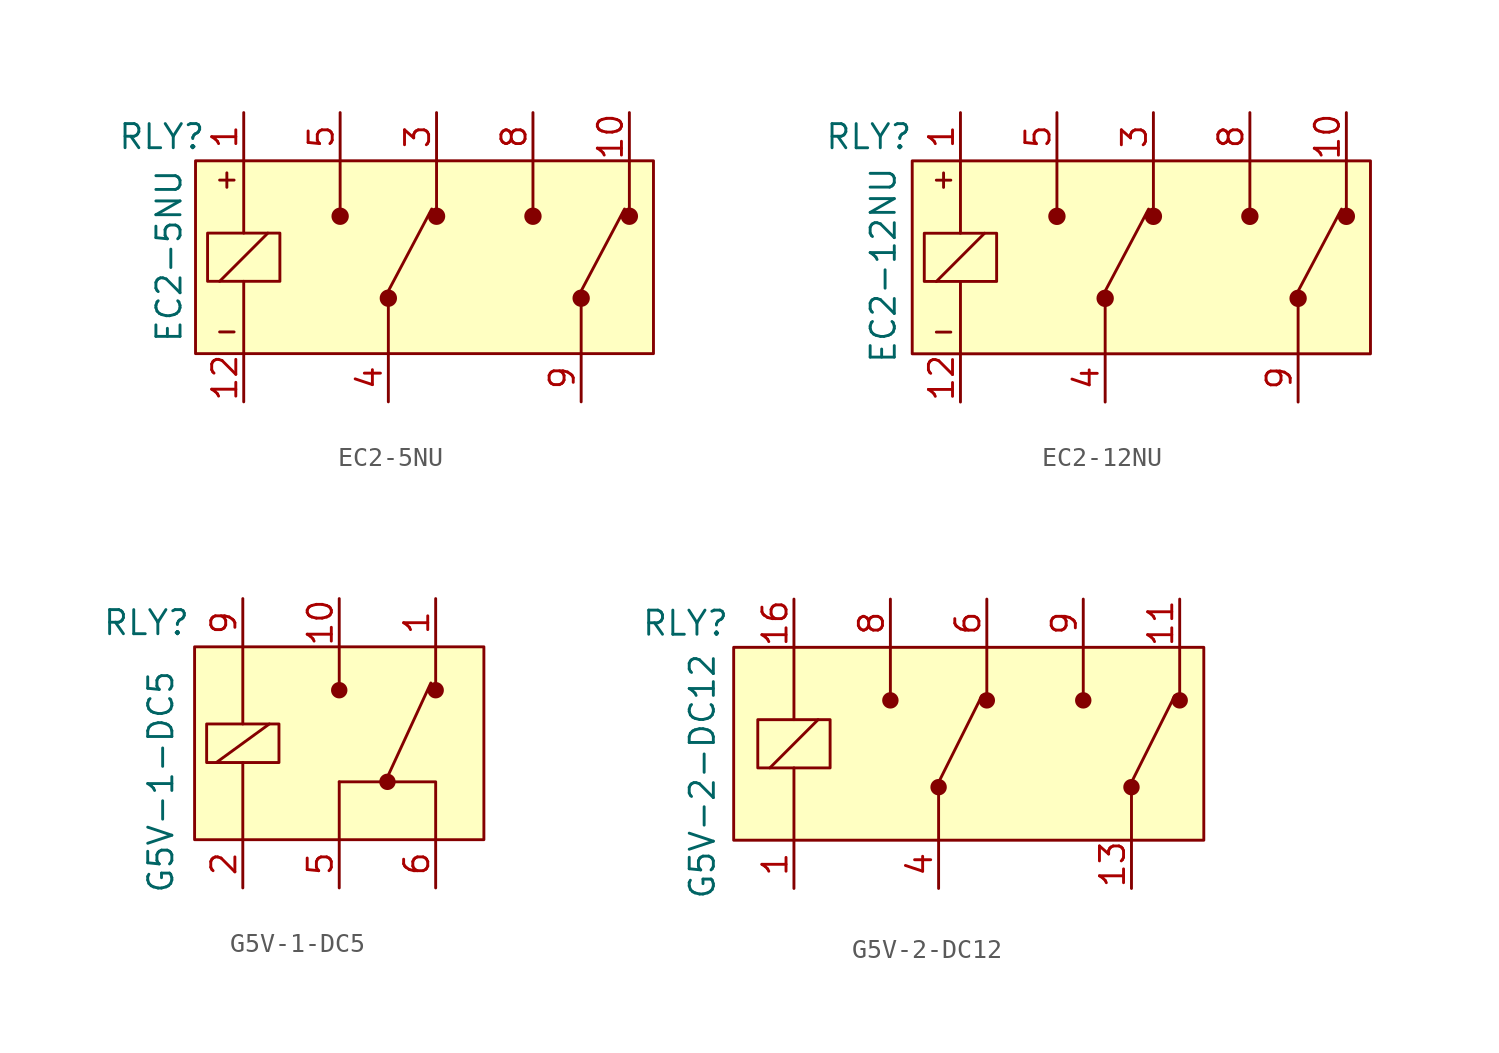
<source format=kicad_sym>
(kicad_symbol_lib
  (version 20211014)
  (generator kicad_symbol_editor)
  (symbol "EC2-5NU"
    (pin_names
      (offset 1.016) hide)
    (property "Reference" "RLY"
      (at -14.478 6.35 0)
      (effects (font (size 1.27 1.27))))
    (property "Value" "EC2-5NU"
      (at -14.097 4.699 90)
      (effects (font (size 1.27 1.27)) (justify right)))
    (symbol "EC2-5NU_0_1"
      (rectangle (start -12.065 1.27) (end -8.255 -1.27) (stroke (width 0) (type default) (color 0 0 0 0)) (fill (type none)))
      (circle (center -5.08 2.159) (radius 0.381) (stroke (width 0) (type default) (color 0 0 0 0)) (fill (type outline)))
      (circle (center -2.54 -2.159) (radius 0.381) (stroke (width 0) (type default) (color 0 0 0 0)) (fill (type outline)))
      (polyline (pts (xy -11.43 -3.937) (xy -10.668 -3.937)) (stroke (width 0) (type default) (color 0 0 0 0)) (fill (type none)))
      (polyline (pts (xy -11.43 -1.27) (xy -8.89 1.27)) (stroke (width 0) (type default) (color 0 0 0 0)) (fill (type none)))
      (polyline (pts (xy -11.43 4.064) (xy -10.668 4.064)) (stroke (width 0) (type default) (color 0 0 0 0)) (fill (type none)))
      (polyline (pts (xy -11.049 4.445) (xy -11.049 3.683)) (stroke (width 0) (type default) (color 0 0 0 0)) (fill (type none)))
      (polyline (pts (xy -10.16 -5.08) (xy -10.16 -1.27)) (stroke (width 0) (type default) (color 0 0 0 0)) (fill (type none)))
      (polyline (pts (xy -10.16 5.08) (xy -10.16 1.27)) (stroke (width 0) (type default) (color 0 0 0 0)) (fill (type none)))
      (polyline (pts (xy -5.08 5.08) (xy -5.08 2.54)) (stroke (width 0) (type default) (color 0 0 0 0)) (fill (type none)))
      (polyline (pts (xy -2.54 -5.08) (xy -2.54 -2.54)) (stroke (width 0) (type default) (color 0 0 0 0)) (fill (type none)))
      (polyline (pts (xy -2.54 -1.778) (xy -0.254 2.54)) (stroke (width 0) (type default) (color 0 0 0 0)) (fill (type none)))
      (polyline (pts (xy 0 5.08) (xy 0 2.54)) (stroke (width 0) (type default) (color 0 0 0 0)) (fill (type none)))
      (polyline (pts (xy 5.08 5.08) (xy 5.08 2.54)) (stroke (width 0) (type default) (color 0 0 0 0)) (fill (type none)))
      (polyline (pts (xy 7.62 -5.08) (xy 7.62 -2.54)) (stroke (width 0) (type default) (color 0 0 0 0)) (fill (type none)))
      (polyline (pts (xy 7.62 -1.778) (xy 9.906 2.54)) (stroke (width 0) (type default) (color 0 0 0 0)) (fill (type none)))
      (polyline (pts (xy 10.16 5.08) (xy 10.16 2.54)) (stroke (width 0) (type default) (color 0 0 0 0)) (fill (type none)))
      (circle (center 0 2.159) (radius 0.381) (stroke (width 0) (type default) (color 0 0 0 0)) (fill (type outline)))
      (circle (center 5.08 2.159) (radius 0.381) (stroke (width 0) (type default) (color 0 0 0 0)) (fill (type outline)))
      (circle (center 7.62 -2.159) (radius 0.381) (stroke (width 0) (type default) (color 0 0 0 0)) (fill (type outline)))
      (circle (center 10.16 2.159) (radius 0.381) (stroke (width 0) (type default) (color 0 0 0 0)) (fill (type outline))))
    (symbol "EC2-5NU_1_1"
      (rectangle (start -12.7 5.08) (end 11.43 -5.08) (stroke (width 0) (type default) (color 0 0 0 0)) (fill (type background)))
      (pin passive line (at -10.16 7.62 270) (length 2.54) (name "COIL" (effects (font (size 1.27 1.27)))) (number "1" (effects (font (size 1.27 1.27)))))
      (pin passive line (at 10.16 7.62 270) (length 2.54) (name "NC2" (effects (font (size 1.27 1.27)))) (number "10" (effects (font (size 1.27 1.27)))))
      (pin passive line (at -10.16 -7.62 90) (length 2.54) (name "COIL" (effects (font (size 1.27 1.27)))) (number "12" (effects (font (size 1.27 1.27)))))
      (pin passive line (at 0 7.62 270) (length 2.54) (name "NC1" (effects (font (size 1.27 1.27)))) (number "3" (effects (font (size 1.27 1.27)))))
      (pin passive line (at -2.54 -7.62 90) (length 2.54) (name "COM1" (effects (font (size 1.27 1.27)))) (number "4" (effects (font (size 1.27 1.27)))))
      (pin passive line (at -5.08 7.62 270) (length 2.54) (name "NO1" (effects (font (size 1.27 1.27)))) (number "5" (effects (font (size 1.27 1.27)))))
      (pin passive line (at 5.08 7.62 270) (length 2.54) (name "NO2" (effects (font (size 1.27 1.27)))) (number "8" (effects (font (size 1.27 1.27)))))
      (pin passive line (at 7.62 -7.62 90) (length 2.54) (name "COM2" (effects (font (size 1.27 1.27)))) (number "9" (effects (font (size 1.27 1.27)))))))
  (symbol "EC2-12NU"
    (pin_names
      (offset 1.016) hide)
    (property "Reference" "RLY"
      (at -14.986 6.35 0)
      (effects (font (size 1.27 1.27))))
    (property "Value" "EC2-12NU"
      (at -14.224 4.826 90)
      (effects (font (size 1.27 1.27)) (justify right)))
    (symbol "EC2-12NU_0_1"
      (rectangle (start -12.065 1.27) (end -8.255 -1.27) (stroke (width 0) (type default) (color 0 0 0 0)) (fill (type none)))
      (circle (center -5.08 2.159) (radius 0.381) (stroke (width 0) (type default) (color 0 0 0 0)) (fill (type outline)))
      (circle (center -2.54 -2.159) (radius 0.381) (stroke (width 0) (type default) (color 0 0 0 0)) (fill (type outline)))
      (polyline (pts (xy -11.43 -3.937) (xy -10.668 -3.937)) (stroke (width 0) (type default) (color 0 0 0 0)) (fill (type none)))
      (polyline (pts (xy -11.43 -1.27) (xy -8.89 1.27)) (stroke (width 0) (type default) (color 0 0 0 0)) (fill (type none)))
      (polyline (pts (xy -11.43 4.064) (xy -10.668 4.064)) (stroke (width 0) (type default) (color 0 0 0 0)) (fill (type none)))
      (polyline (pts (xy -11.049 4.445) (xy -11.049 3.683)) (stroke (width 0) (type default) (color 0 0 0 0)) (fill (type none)))
      (polyline (pts (xy -10.16 -5.08) (xy -10.16 -1.27)) (stroke (width 0) (type default) (color 0 0 0 0)) (fill (type none)))
      (polyline (pts (xy -10.16 5.08) (xy -10.16 1.27)) (stroke (width 0) (type default) (color 0 0 0 0)) (fill (type none)))
      (polyline (pts (xy -5.08 5.08) (xy -5.08 2.54)) (stroke (width 0) (type default) (color 0 0 0 0)) (fill (type none)))
      (polyline (pts (xy -2.54 -5.08) (xy -2.54 -2.54)) (stroke (width 0) (type default) (color 0 0 0 0)) (fill (type none)))
      (polyline (pts (xy -2.54 -1.778) (xy -0.254 2.54)) (stroke (width 0) (type default) (color 0 0 0 0)) (fill (type none)))
      (polyline (pts (xy 0 5.08) (xy 0 2.54)) (stroke (width 0) (type default) (color 0 0 0 0)) (fill (type none)))
      (polyline (pts (xy 5.08 5.08) (xy 5.08 2.54)) (stroke (width 0) (type default) (color 0 0 0 0)) (fill (type none)))
      (polyline (pts (xy 7.62 -5.08) (xy 7.62 -2.54)) (stroke (width 0) (type default) (color 0 0 0 0)) (fill (type none)))
      (polyline (pts (xy 7.62 -1.778) (xy 9.906 2.54)) (stroke (width 0) (type default) (color 0 0 0 0)) (fill (type none)))
      (polyline (pts (xy 10.16 5.08) (xy 10.16 2.54)) (stroke (width 0) (type default) (color 0 0 0 0)) (fill (type none)))
      (circle (center 0 2.159) (radius 0.381) (stroke (width 0) (type default) (color 0 0 0 0)) (fill (type outline)))
      (circle (center 5.08 2.159) (radius 0.381) (stroke (width 0) (type default) (color 0 0 0 0)) (fill (type outline)))
      (circle (center 7.62 -2.159) (radius 0.381) (stroke (width 0) (type default) (color 0 0 0 0)) (fill (type outline)))
      (circle (center 10.16 2.159) (radius 0.381) (stroke (width 0) (type default) (color 0 0 0 0)) (fill (type outline))))
    (symbol "EC2-12NU_1_1"
      (rectangle (start -12.7 5.08) (end 11.43 -5.08) (stroke (width 0) (type default) (color 0 0 0 0)) (fill (type background)))
      (pin passive line (at -10.16 7.62 270) (length 2.54) (name "COIL" (effects (font (size 1.27 1.27)))) (number "1" (effects (font (size 1.27 1.27)))))
      (pin passive line (at 10.16 7.62 270) (length 2.54) (name "NC2" (effects (font (size 1.27 1.27)))) (number "10" (effects (font (size 1.27 1.27)))))
      (pin passive line (at -10.16 -7.62 90) (length 2.54) (name "COIL" (effects (font (size 1.27 1.27)))) (number "12" (effects (font (size 1.27 1.27)))))
      (pin passive line (at 0 7.62 270) (length 2.54) (name "NC1" (effects (font (size 1.27 1.27)))) (number "3" (effects (font (size 1.27 1.27)))))
      (pin passive line (at -2.54 -7.62 90) (length 2.54) (name "COM1" (effects (font (size 1.27 1.27)))) (number "4" (effects (font (size 1.27 1.27)))))
      (pin passive line (at -5.08 7.62 270) (length 2.54) (name "NO1" (effects (font (size 1.27 1.27)))) (number "5" (effects (font (size 1.27 1.27)))))
      (pin passive line (at 5.08 7.62 270) (length 2.54) (name "NO2" (effects (font (size 1.27 1.27)))) (number "8" (effects (font (size 1.27 1.27)))))
      (pin passive line (at 7.62 -7.62 90) (length 2.54) (name "COM2" (effects (font (size 1.27 1.27)))) (number "9" (effects (font (size 1.27 1.27)))))))
  (symbol "G5V-1-DC5"
    (pin_names
      (offset 1.016) hide)
    (property "Reference" "RLY"
      (at -10.16 6.35 0)
      (effects (font (size 1.27 1.27))))
    (property "Value" "G5V-1-DC5"
      (at -9.398 -2.032 90)
      (effects (font (size 1.27 1.27))))
    (symbol "G5V-1-DC5_0_1"
      (rectangle (start -7.62 5.08) (end 7.62 -5.08) (stroke (width 0) (type default) (color 0 0 0 0)) (fill (type background)))
      (rectangle (start -6.985 1.016) (end -3.175 -1.016) (stroke (width 0) (type default) (color 0 0 0 0)) (fill (type none)))
      (polyline (pts (xy -6.477 -1.016) (xy -3.683 1.016)) (stroke (width 0) (type default) (color 0 0 0 0)) (fill (type none)))
      (polyline (pts (xy -5.08 -1.016) (xy -5.08 -5.08)) (stroke (width 0) (type default) (color 0 0 0 0)) (fill (type none)))
      (polyline (pts (xy -5.08 1.016) (xy -5.08 5.08)) (stroke (width 0) (type default) (color 0 0 0 0)) (fill (type none)))
      (polyline (pts (xy 0 -5.08) (xy 0 -2.032)) (stroke (width 0) (type default) (color 0 0 0 0)) (fill (type none)))
      (polyline (pts (xy 0 5.08) (xy 0 3.048)) (stroke (width 0) (type default) (color 0 0 0 0)) (fill (type none)))
      (polyline (pts (xy 2.54 -1.778) (xy 4.826 3.175)) (stroke (width 0) (type default) (color 0 0 0 0)) (fill (type none)))
      (polyline (pts (xy 5.08 5.08) (xy 5.08 3.048)) (stroke (width 0) (type default) (color 0 0 0 0)) (fill (type none)))
      (polyline (pts (xy 5.08 -5.08) (xy 5.08 -2.032) (xy 0 -2.032)) (stroke (width 0) (type default) (color 0 0 0 0)) (fill (type none)))
      (circle (center 0 2.794) (radius 0.356) (stroke (width 0) (type default) (color 0 0 0 0)) (fill (type outline)))
      (circle (center 2.54 -2.032) (radius 0.356) (stroke (width 0) (type default) (color 0 0 0 0)) (fill (type outline)))
      (circle (center 5.08 2.794) (radius 0.356) (stroke (width 0) (type default) (color 0 0 0 0)) (fill (type outline))))
    (symbol "G5V-1-DC5_1_1"
      (pin passive line (at 5.08 7.62 270) (length 2.54) (name "NC" (effects (font (size 1.27 1.27)))) (number "1" (effects (font (size 1.27 1.27)))))
      (pin passive line (at 0 7.62 270) (length 2.54) (name "NO" (effects (font (size 1.27 1.27)))) (number "10" (effects (font (size 1.27 1.27)))))
      (pin passive line (at -5.08 -7.62 90) (length 2.54) (name "COIL" (effects (font (size 1.27 1.27)))) (number "2" (effects (font (size 1.27 1.27)))))
      (pin passive line (at 0 -7.62 90) (length 2.54) (name "COM" (effects (font (size 1.27 1.27)))) (number "5" (effects (font (size 1.27 1.27)))))
      (pin passive line (at 5.08 -7.62 90) (length 2.54) (name "COM" (effects (font (size 1.27 1.27)))) (number "6" (effects (font (size 1.27 1.27)))))
      (pin passive line (at -5.08 7.62 270) (length 2.54) (name "COIL" (effects (font (size 1.27 1.27)))) (number "9" (effects (font (size 1.27 1.27)))))))
  (symbol "G5V-2-DC12"
    (pin_names
      (offset 1.016) hide)
    (property "Reference" "RLY"
      (at -15.875 6.35 0)
      (effects (font (size 1.27 1.27))))
    (property "Value" "G5V-2-DC12"
      (at -14.986 4.826 90)
      (effects (font (size 1.27 1.27)) (justify right)))
    (symbol "G5V-2-DC12_0_1"
      (rectangle (start -13.335 5.08) (end 11.43 -5.08) (stroke (width 0) (type default) (color 0 0 0 0)) (fill (type background)))
      (rectangle (start -12.065 1.27) (end -8.255 -1.27) (stroke (width 0) (type default) (color 0 0 0 0)) (fill (type none)))
      (circle (center -5.08 2.286) (radius 0.356) (stroke (width 0) (type default) (color 0 0 0 0)) (fill (type outline)))
      (circle (center -2.54 -2.286) (radius 0.356) (stroke (width 0) (type default) (color 0 0 0 0)) (fill (type outline)))
      (polyline (pts (xy -11.43 -1.27) (xy -8.89 1.27)) (stroke (width 0) (type default) (color 0 0 0 0)) (fill (type none)))
      (polyline (pts (xy -10.16 -1.27) (xy -10.16 -5.08)) (stroke (width 0) (type default) (color 0 0 0 0)) (fill (type none)))
      (polyline (pts (xy -10.16 5.08) (xy -10.16 1.27)) (stroke (width 0) (type default) (color 0 0 0 0)) (fill (type none)))
      (polyline (pts (xy -5.08 5.08) (xy -5.08 2.54)) (stroke (width 0) (type default) (color 0 0 0 0)) (fill (type none)))
      (polyline (pts (xy -2.54 -5.08) (xy -2.54 -2.54)) (stroke (width 0) (type default) (color 0 0 0 0)) (fill (type none)))
      (polyline (pts (xy -2.54 -2.032) (xy -0.254 2.54)) (stroke (width 0) (type default) (color 0 0 0 0)) (fill (type none)))
      (polyline (pts (xy 0 5.08) (xy 0 2.54)) (stroke (width 0) (type default) (color 0 0 0 0)) (fill (type none)))
      (polyline (pts (xy 5.08 5.08) (xy 5.08 2.54)) (stroke (width 0) (type default) (color 0 0 0 0)) (fill (type none)))
      (polyline (pts (xy 7.62 -5.08) (xy 7.62 -2.54)) (stroke (width 0) (type default) (color 0 0 0 0)) (fill (type none)))
      (polyline (pts (xy 7.62 -2.032) (xy 9.906 2.54)) (stroke (width 0) (type default) (color 0 0 0 0)) (fill (type none)))
      (polyline (pts (xy 10.16 5.08) (xy 10.16 2.54)) (stroke (width 0) (type default) (color 0 0 0 0)) (fill (type none)))
      (circle (center 0 2.286) (radius 0.356) (stroke (width 0) (type default) (color 0 0 0 0)) (fill (type outline)))
      (circle (center 5.08 2.286) (radius 0.356) (stroke (width 0) (type default) (color 0 0 0 0)) (fill (type outline)))
      (circle (center 7.62 -2.286) (radius 0.356) (stroke (width 0) (type default) (color 0 0 0 0)) (fill (type outline)))
      (circle (center 10.16 2.286) (radius 0.356) (stroke (width 0) (type default) (color 0 0 0 0)) (fill (type outline))))
    (symbol "G5V-2-DC12_1_1"
      (pin passive line (at -10.16 -7.62 90) (length 2.54) (name "COIL" (effects (font (size 1.27 1.27)))) (number "1" (effects (font (size 1.27 1.27)))))
      (pin passive line (at 10.16 7.62 270) (length 2.54) (name "NC2" (effects (font (size 1.27 1.27)))) (number "11" (effects (font (size 1.27 1.27)))))
      (pin passive line (at 7.62 -7.62 90) (length 2.54) (name "COM2" (effects (font (size 1.27 1.27)))) (number "13" (effects (font (size 1.27 1.27)))))
      (pin passive line (at -10.16 7.62 270) (length 2.54) (name "COIL" (effects (font (size 1.27 1.27)))) (number "16" (effects (font (size 1.27 1.27)))))
      (pin passive line (at -2.54 -7.62 90) (length 2.54) (name "COM1" (effects (font (size 1.27 1.27)))) (number "4" (effects (font (size 1.27 1.27)))))
      (pin passive line (at 0 7.62 270) (length 2.54) (name "NC1" (effects (font (size 1.27 1.27)))) (number "6" (effects (font (size 1.27 1.27)))))
      (pin passive line (at -5.08 7.62 270) (length 2.54) (name "NO1" (effects (font (size 1.27 1.27)))) (number "8" (effects (font (size 1.27 1.27)))))
      (pin passive line (at 5.08 7.62 270) (length 2.54) (name "NO2" (effects (font (size 1.27 1.27)))) (number "9" (effects (font (size 1.27 1.27))))))))
</source>
